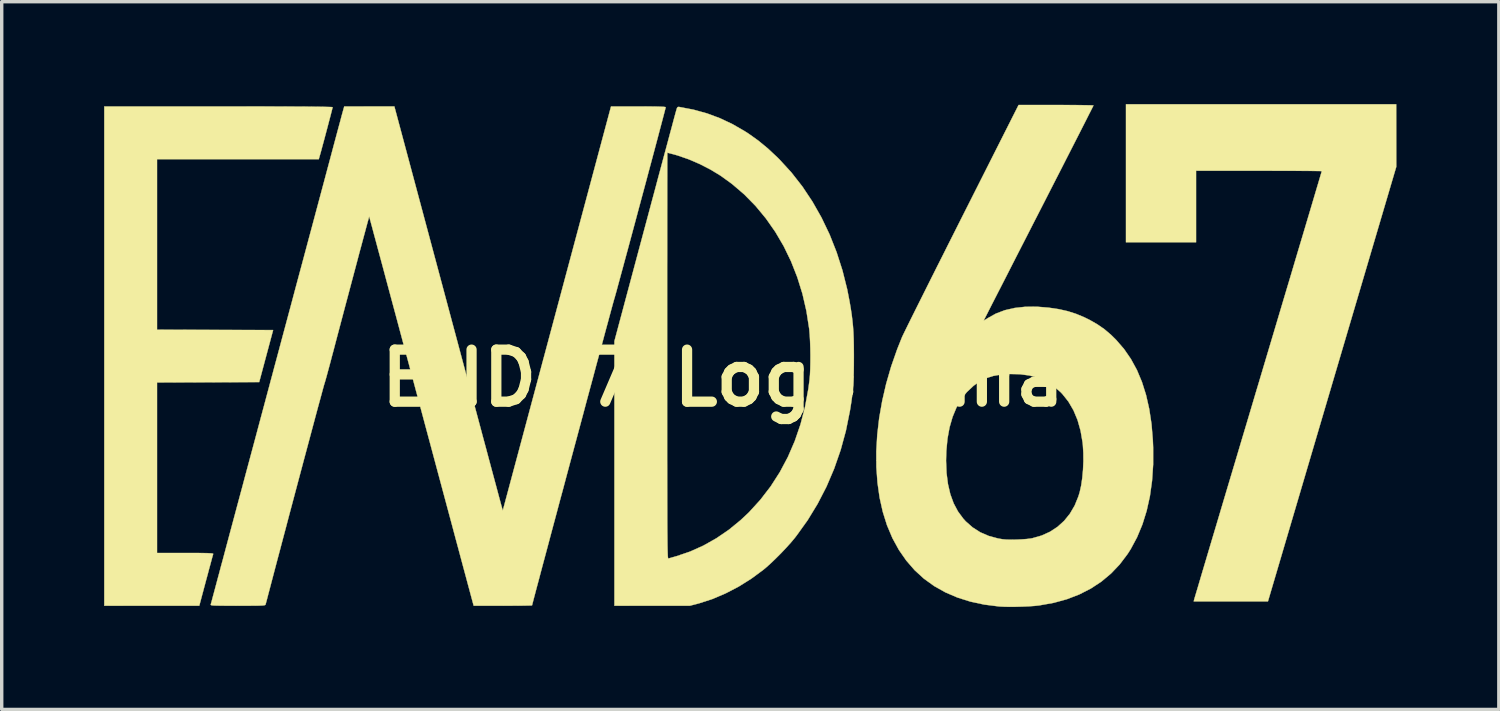
<source format=kicad_pcb>
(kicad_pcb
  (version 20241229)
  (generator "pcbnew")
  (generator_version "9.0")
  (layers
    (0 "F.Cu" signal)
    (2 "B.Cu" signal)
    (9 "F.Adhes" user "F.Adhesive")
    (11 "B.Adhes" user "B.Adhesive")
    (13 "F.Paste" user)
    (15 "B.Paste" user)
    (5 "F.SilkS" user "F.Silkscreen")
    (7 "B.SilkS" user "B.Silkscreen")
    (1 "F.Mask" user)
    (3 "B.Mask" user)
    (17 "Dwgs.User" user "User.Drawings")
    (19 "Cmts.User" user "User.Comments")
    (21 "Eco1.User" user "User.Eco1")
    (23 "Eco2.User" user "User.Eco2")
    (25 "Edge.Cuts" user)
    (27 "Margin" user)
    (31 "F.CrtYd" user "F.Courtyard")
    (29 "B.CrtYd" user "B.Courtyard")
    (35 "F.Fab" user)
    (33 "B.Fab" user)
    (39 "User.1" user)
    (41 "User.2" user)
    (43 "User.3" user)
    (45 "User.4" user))
  (footprint "END67 Logo Small"
    (layer "F.Cu")
    (at 18.928 8.027)
    (property "Reference" "END67 Logo Small" (at 0 0 0) (layer "F.SilkS") (effects (font (size 1.524 1.524) (thickness 0.3))))
    (attr through_hole)
    (fp_poly (pts (xy -15.097 -7.959) (xy -14.656 -7.958) (xy -14.256 -7.958) (xy -13.895 -7.957) (xy -13.573 -7.956) (xy -13.288 -7.955) (xy -13.039 -7.954) (xy -12.826 -7.952) (xy -12.647 -7.95) (xy -12.502 -7.948) (xy -12.389 -7.945) (xy -12.307 -7.943) (xy -12.257 -7.94) (xy -12.235 -7.937) (xy -12.234 -7.936) (xy -12.24 -7.911) (xy -12.254 -7.852) (xy -12.277 -7.763) (xy -12.306 -7.65) (xy -12.341 -7.519) (xy -12.378 -7.376) (xy -12.418 -7.226) (xy -12.458 -7.075) (xy -12.497 -6.929) (xy -12.534 -6.794) (xy -12.566 -6.674) (xy -12.593 -6.577) (xy -12.608 -6.525) (xy -12.64 -6.413) (xy -17.378 -6.413) (xy -17.378 -1.418) (xy -13.977 -1.408) (xy -14.181 -0.646) (xy -14.385 0.116) (xy -15.882 0.122) (xy -17.378 0.127) (xy -17.378 5.122) (xy -16.55 5.122) (xy -16.333 5.123) (xy -16.156 5.123) (xy -16.014 5.125) (xy -15.905 5.127) (xy -15.825 5.131) (xy -15.772 5.135) (xy -15.742 5.14) (xy -15.732 5.147) (xy -15.732 5.149) (xy -15.739 5.175) (xy -15.757 5.237) (xy -15.782 5.33) (xy -15.814 5.45) (xy -15.853 5.592) (xy -15.895 5.752) (xy -15.941 5.921) (xy -16.14 6.667) (xy -17.531 6.667) (xy -18.923 6.668) (xy -18.923 -7.959) (xy -15.579 -7.959) (xy -15.097 -7.959)) (stroke (width 0.01) (type solid)) (fill yes) (layer "F.SilkS"))
    (fp_poly (pts (xy 18.924 -7.107) (xy 18.925 -6.191) (xy 17.045 0.174) (xy 15.166 6.54) (xy 14.079 6.54) (xy 12.992 6.54) (xy 13.006 6.482) (xy 13.013 6.458) (xy 13.032 6.394) (xy 13.062 6.293) (xy 13.103 6.156) (xy 13.154 5.984) (xy 13.214 5.78) (xy 13.284 5.545) (xy 13.363 5.28) (xy 13.45 4.987) (xy 13.545 4.668) (xy 13.648 4.324) (xy 13.757 3.957) (xy 13.873 3.567) (xy 13.995 3.158) (xy 14.123 2.73) (xy 14.256 2.285) (xy 14.393 1.824) (xy 14.535 1.35) (xy 14.68 0.863) (xy 14.828 0.365) (xy 14.882 0.186) (xy 15.031 -0.314) (xy 15.177 -0.804) (xy 15.32 -1.282) (xy 15.458 -1.746) (xy 15.592 -2.196) (xy 15.721 -2.628) (xy 15.845 -3.042) (xy 15.962 -3.437) (xy 16.073 -3.81) (xy 16.178 -4.16) (xy 16.275 -4.486) (xy 16.364 -4.785) (xy 16.445 -5.057) (xy 16.517 -5.3) (xy 16.58 -5.513) (xy 16.634 -5.693) (xy 16.677 -5.839) (xy 16.71 -5.95) (xy 16.732 -6.024) (xy 16.742 -6.06) (xy 16.743 -6.063) (xy 16.722 -6.065) (xy 16.662 -6.067) (xy 16.566 -6.068) (xy 16.437 -6.07) (xy 16.277 -6.071) (xy 16.09 -6.072) (xy 15.879 -6.073) (xy 15.647 -6.074) (xy 15.397 -6.074) (xy 15.133 -6.075) (xy 14.901 -6.075) (xy 13.06 -6.075) (xy 13.06 -3.979) (xy 11.007 -3.979) (xy 11.007 -8.022) (xy 18.923 -8.022) (xy 18.924 -7.107)) (stroke (width 0.01) (type solid)) (fill yes) (layer "F.SilkS"))
    (fp_poly (pts (xy -2.079 -7.944) (xy -1.658 -7.863) (xy -1.264 -7.754) (xy -0.888 -7.614) (xy -0.521 -7.441) (xy -0.156 -7.23) (xy -0.044 -7.158) (xy 0.236 -6.958) (xy 0.517 -6.727) (xy 0.803 -6.459) (xy 0.857 -6.405) (xy 1.206 -6.024) (xy 1.529 -5.611) (xy 1.823 -5.169) (xy 2.089 -4.7) (xy 2.325 -4.207) (xy 2.529 -3.691) (xy 2.701 -3.156) (xy 2.84 -2.603) (xy 2.909 -2.248) (xy 2.944 -2.043) (xy 2.972 -1.859) (xy 2.993 -1.686) (xy 3.01 -1.517) (xy 3.022 -1.343) (xy 3.03 -1.155) (xy 3.034 -0.945) (xy 3.036 -0.704) (xy 3.036 -0.614) (xy 3.035 -0.368) (xy 3.032 -0.156) (xy 3.026 0.032) (xy 3.017 0.202) (xy 3.003 0.365) (xy 2.985 0.528) (xy 2.961 0.701) (xy 2.931 0.891) (xy 2.919 0.963) (xy 2.802 1.543) (xy 2.648 2.107) (xy 2.458 2.653) (xy 2.234 3.178) (xy 1.975 3.68) (xy 1.683 4.159) (xy 1.359 4.611) (xy 1.299 4.688) (xy 1.186 4.823) (xy 1.052 4.971) (xy 0.905 5.127) (xy 0.752 5.28) (xy 0.603 5.423) (xy 0.466 5.546) (xy 0.381 5.617) (xy 0.028 5.877) (xy -0.341 6.108) (xy -0.722 6.306) (xy -1.107 6.47) (xy -1.492 6.595) (xy -1.533 6.606) (xy -1.767 6.667) (xy -2.873 6.667) (xy -3.979 6.668) (xy -3.979 -0.655) (xy -2.434 -0.655) (xy -2.434 -0.06) (xy -2.434 0.493) (xy -2.434 1.008) (xy -2.434 1.484) (xy -2.434 1.923) (xy -2.434 2.328) (xy -2.433 2.699) (xy -2.433 3.038) (xy -2.432 3.346) (xy -2.432 3.624) (xy -2.431 3.875) (xy -2.431 4.1) (xy -2.43 4.299) (xy -2.429 4.475) (xy -2.427 4.629) (xy -2.426 4.763) (xy -2.425 4.877) (xy -2.423 4.973) (xy -2.421 5.054) (xy -2.419 5.119) (xy -2.417 5.171) (xy -2.415 5.211) (xy -2.412 5.241) (xy -2.409 5.262) (xy -2.406 5.275) (xy -2.403 5.282) (xy -2.399 5.284) (xy -2.397 5.284) (xy -2.362 5.274) (xy -2.296 5.255) (xy -2.212 5.231) (xy -2.159 5.216) (xy -1.761 5.081) (xy -1.37 4.905) (xy -0.991 4.691) (xy -0.626 4.442) (xy -0.279 4.158) (xy -0.039 3.932) (xy 0.295 3.566) (xy 0.597 3.174) (xy 0.866 2.755) (xy 1.102 2.312) (xy 1.304 1.845) (xy 1.472 1.355) (xy 1.605 0.843) (xy 1.703 0.309) (xy 1.738 0.042) (xy 1.75 -0.097) (xy 1.758 -0.269) (xy 1.762 -0.463) (xy 1.763 -0.669) (xy 1.76 -0.878) (xy 1.753 -1.079) (xy 1.743 -1.262) (xy 1.73 -1.418) (xy 1.726 -1.45) (xy 1.645 -1.969) (xy 1.529 -2.472) (xy 1.378 -2.957) (xy 1.195 -3.422) (xy 0.98 -3.866) (xy 0.734 -4.285) (xy 0.458 -4.679) (xy 0.154 -5.046) (xy -0.178 -5.384) (xy -0.536 -5.69) (xy -0.866 -5.929) (xy -1.163 -6.109) (xy -1.48 -6.272) (xy -1.806 -6.412) (xy -2.127 -6.523) (xy -2.228 -6.552) (xy -2.313 -6.574) (xy -2.38 -6.592) (xy -2.421 -6.602) (xy -2.429 -6.604) (xy -2.429 -6.583) (xy -2.43 -6.522) (xy -2.43 -6.421) (xy -2.431 -6.283) (xy -2.431 -6.11) (xy -2.431 -5.903) (xy -2.432 -5.663) (xy -2.432 -5.394) (xy -2.432 -5.095) (xy -2.433 -4.769) (xy -2.433 -4.418) (xy -2.433 -4.043) (xy -2.433 -3.646) (xy -2.434 -3.228) (xy -2.434 -2.792) (xy -2.434 -2.339) (xy -2.434 -1.871) (xy -2.434 -1.389) (xy -2.434 -0.895) (xy -2.434 -0.655) (xy -3.979 -0.655) (xy -3.979 -1.084) (xy -3.089 -4.41) (xy -2.99 -4.778) (xy -2.895 -5.135) (xy -2.802 -5.48) (xy -2.714 -5.811) (xy -2.63 -6.124) (xy -2.551 -6.419) (xy -2.477 -6.693) (xy -2.41 -6.943) (xy -2.35 -7.167) (xy -2.297 -7.363) (xy -2.253 -7.529) (xy -2.217 -7.663) (xy -2.19 -7.762) (xy -2.173 -7.823) (xy -2.167 -7.844) (xy -2.148 -7.907) (xy -2.129 -7.938) (xy -2.104 -7.946) (xy -2.079 -7.944)) (stroke (width 0.01) (type solid)) (fill yes) (layer "F.SilkS"))
    (fp_poly (pts (xy 9.169 -8.001) (xy 9.366 -8) (xy 9.547 -7.999) (xy 9.706 -7.997) (xy 9.84 -7.995) (xy 9.945 -7.993) (xy 10.017 -7.991) (xy 10.051 -7.988) (xy 10.054 -7.987) (xy 10.045 -7.967) (xy 10.017 -7.911) (xy 9.972 -7.822) (xy 9.91 -7.701) (xy 9.834 -7.549) (xy 9.743 -7.371) (xy 9.639 -7.166) (xy 9.522 -6.937) (xy 9.394 -6.686) (xy 9.256 -6.416) (xy 9.109 -6.127) (xy 8.953 -5.823) (xy 8.79 -5.504) (xy 8.621 -5.173) (xy 8.451 -4.841) (xy 8.276 -4.5) (xy 8.107 -4.169) (xy 7.944 -3.851) (xy 7.788 -3.546) (xy 7.641 -3.258) (xy 7.503 -2.987) (xy 7.375 -2.737) (xy 7.258 -2.509) (xy 7.153 -2.304) (xy 7.062 -2.126) (xy 6.985 -1.975) (xy 6.924 -1.854) (xy 6.878 -1.765) (xy 6.85 -1.71) (xy 6.841 -1.691) (xy 6.853 -1.693) (xy 6.893 -1.715) (xy 6.951 -1.752) (xy 6.963 -1.76) (xy 7.196 -1.89) (xy 7.457 -1.989) (xy 7.745 -2.055) (xy 8.059 -2.09) (xy 8.398 -2.092) (xy 8.742 -2.064) (xy 9.033 -2.021) (xy 9.296 -1.962) (xy 9.542 -1.884) (xy 9.784 -1.783) (xy 9.943 -1.705) (xy 10.171 -1.574) (xy 10.375 -1.433) (xy 10.567 -1.27) (xy 10.717 -1.122) (xy 10.949 -0.854) (xy 11.152 -0.56) (xy 11.328 -0.238) (xy 11.475 0.113) (xy 11.595 0.493) (xy 11.688 0.903) (xy 11.755 1.345) (xy 11.794 1.818) (xy 11.803 2.032) (xy 11.803 2.53) (xy 11.771 3.006) (xy 11.708 3.458) (xy 11.613 3.886) (xy 11.488 4.287) (xy 11.332 4.662) (xy 11.146 5.008) (xy 11.052 5.155) (xy 10.825 5.455) (xy 10.57 5.723) (xy 10.287 5.96) (xy 9.977 6.164) (xy 9.64 6.336) (xy 9.277 6.476) (xy 8.887 6.583) (xy 8.471 6.657) (xy 8.467 6.658) (xy 8.327 6.673) (xy 8.158 6.685) (xy 7.971 6.693) (xy 7.78 6.698) (xy 7.595 6.7) (xy 7.429 6.696) (xy 7.293 6.689) (xy 7.292 6.689) (xy 6.857 6.634) (xy 6.45 6.547) (xy 6.069 6.427) (xy 5.715 6.275) (xy 5.388 6.091) (xy 5.088 5.875) (xy 4.816 5.626) (xy 4.572 5.345) (xy 4.355 5.033) (xy 4.166 4.688) (xy 4.16 4.674) (xy 4.006 4.309) (xy 3.883 3.917) (xy 3.79 3.501) (xy 3.728 3.064) (xy 3.695 2.61) (xy 3.694 2.418) (xy 5.736 2.418) (xy 5.75 2.776) (xy 5.792 3.104) (xy 5.861 3.4) (xy 5.959 3.668) (xy 6.086 3.907) (xy 6.242 4.118) (xy 6.314 4.197) (xy 6.514 4.373) (xy 6.738 4.516) (xy 6.986 4.623) (xy 7.258 4.697) (xy 7.392 4.72) (xy 7.501 4.73) (xy 7.638 4.733) (xy 7.792 4.731) (xy 7.948 4.724) (xy 8.095 4.713) (xy 8.219 4.698) (xy 8.266 4.689) (xy 8.535 4.612) (xy 8.781 4.501) (xy 9.002 4.356) (xy 9.197 4.179) (xy 9.365 3.971) (xy 9.504 3.733) (xy 9.613 3.466) (xy 9.651 3.342) (xy 9.694 3.149) (xy 9.727 2.925) (xy 9.749 2.683) (xy 9.76 2.434) (xy 9.758 2.189) (xy 9.744 1.959) (xy 9.736 1.883) (xy 9.677 1.54) (xy 9.588 1.226) (xy 9.469 0.942) (xy 9.321 0.688) (xy 9.142 0.463) (xy 9.092 0.411) (xy 8.892 0.237) (xy 8.675 0.098) (xy 8.439 -0.007) (xy 8.181 -0.077) (xy 7.898 -0.115) (xy 7.59 -0.121) (xy 7.578 -0.121) (xy 7.334 -0.103) (xy 7.121 -0.065) (xy 6.93 -0.005) (xy 6.753 0.08) (xy 6.582 0.194) (xy 6.535 0.23) (xy 6.345 0.408) (xy 6.18 0.619) (xy 6.041 0.862) (xy 5.927 1.137) (xy 5.839 1.441) (xy 5.778 1.774) (xy 5.744 2.135) (xy 5.736 2.418) (xy 3.694 2.418) (xy 3.693 2.14) (xy 3.721 1.658) (xy 3.778 1.166) (xy 3.866 0.667) (xy 3.982 0.164) (xy 4.128 -0.341) (xy 4.304 -0.844) (xy 4.445 -1.197) (xy 4.464 -1.238) (xy 4.501 -1.315) (xy 4.555 -1.426) (xy 4.625 -1.568) (xy 4.71 -1.74) (xy 4.809 -1.939) (xy 4.921 -2.163) (xy 5.045 -2.411) (xy 5.179 -2.679) (xy 5.323 -2.967) (xy 5.476 -3.272) (xy 5.637 -3.591) (xy 5.804 -3.924) (xy 5.977 -4.267) (xy 6.154 -4.619) (xy 6.197 -4.704) (xy 7.861 -8.001) (xy 8.958 -8.001) (xy 9.169 -8.001)) (stroke (width 0.01) (type solid)) (fill yes) (layer "F.SilkS"))
    (fp_poly (pts (xy -3.051 -7.958) (xy -2.866 -7.957) (xy -2.719 -7.955) (xy -2.609 -7.951) (xy -2.533 -7.947) (xy -2.49 -7.942) (xy -2.477 -7.935) (xy -2.482 -7.911) (xy -2.498 -7.849) (xy -2.523 -7.752) (xy -2.557 -7.623) (xy -2.599 -7.464) (xy -2.648 -7.279) (xy -2.703 -7.07) (xy -2.764 -6.84) (xy -2.83 -6.593) (xy -2.9 -6.331) (xy -2.974 -6.056) (xy -3.049 -5.773) (xy -3.127 -5.483) (xy -3.206 -5.19) (xy -3.285 -4.896) (xy -3.363 -4.604) (xy -3.44 -4.318) (xy -3.515 -4.04) (xy -3.587 -3.772) (xy -3.656 -3.519) (xy -3.72 -3.282) (xy -3.779 -3.065) (xy -3.832 -2.87) (xy -3.878 -2.701) (xy -3.916 -2.559) (xy -3.947 -2.449) (xy -3.968 -2.373) (xy -3.98 -2.334) (xy -3.982 -2.329) (xy -3.988 -2.307) (xy -4.005 -2.246) (xy -4.032 -2.149) (xy -4.068 -2.017) (xy -4.112 -1.854) (xy -4.164 -1.661) (xy -4.224 -1.441) (xy -4.29 -1.195) (xy -4.362 -0.927) (xy -4.44 -0.639) (xy -4.523 -0.332) (xy -4.609 -0.009) (xy -4.7 0.327) (xy -4.794 0.675) (xy -4.889 1.033) (xy -4.987 1.397) (xy -5.086 1.766) (xy -5.186 2.137) (xy -5.286 2.509) (xy -5.385 2.878) (xy -5.482 3.243) (xy -5.579 3.601) (xy -5.672 3.951) (xy -5.763 4.289) (xy -5.85 4.614) (xy -5.932 4.923) (xy -6.01 5.215) (xy -6.083 5.486) (xy -6.149 5.735) (xy -6.208 5.958) (xy -6.261 6.155) (xy -6.305 6.323) (xy -6.341 6.459) (xy -6.368 6.562) (xy -6.385 6.628) (xy -6.392 6.656) (xy -6.392 6.657) (xy -6.413 6.659) (xy -6.471 6.661) (xy -6.563 6.663) (xy -6.683 6.665) (xy -6.829 6.666) (xy -6.994 6.667) (xy -7.175 6.667) (xy -7.247 6.668) (xy -8.101 6.668) (xy -8.135 6.546) (xy -8.143 6.515) (xy -8.162 6.445) (xy -8.191 6.338) (xy -8.229 6.195) (xy -8.277 6.018) (xy -8.333 5.808) (xy -8.398 5.568) (xy -8.47 5.299) (xy -8.549 5.003) (xy -8.636 4.681) (xy -8.728 4.335) (xy -8.827 3.967) (xy -8.931 3.579) (xy -9.04 3.172) (xy -9.154 2.748) (xy -9.272 2.308) (xy -9.393 1.856) (xy -9.518 1.391) (xy -9.645 0.916) (xy -9.663 0.847) (xy -9.791 0.372) (xy -9.915 -0.092) (xy -10.036 -0.544) (xy -10.154 -0.982) (xy -10.267 -1.404) (xy -10.375 -1.808) (xy -10.479 -2.194) (xy -10.577 -2.559) (xy -10.669 -2.901) (xy -10.754 -3.22) (xy -10.833 -3.513) (xy -10.905 -3.778) (xy -10.968 -4.015) (xy -11.024 -4.221) (xy -11.07 -4.395) (xy -11.108 -4.535) (xy -11.136 -4.639) (xy -11.155 -4.706) (xy -11.162 -4.734) (xy -11.163 -4.735) (xy -11.169 -4.716) (xy -11.184 -4.658) (xy -11.21 -4.566) (xy -11.243 -4.442) (xy -11.284 -4.289) (xy -11.332 -4.111) (xy -11.386 -3.909) (xy -11.446 -3.688) (xy -11.509 -3.449) (xy -11.576 -3.197) (xy -11.646 -2.934) (xy -11.718 -2.664) (xy -11.791 -2.388) (xy -11.865 -2.111) (xy -11.938 -1.835) (xy -12.01 -1.563) (xy -12.08 -1.299) (xy -12.147 -1.045) (xy -12.21 -0.804) (xy -12.247 -0.667) (xy -12.293 -0.491) (xy -12.337 -0.327) (xy -12.377 -0.18) (xy -12.411 -0.054) (xy -12.439 0.045) (xy -12.459 0.114) (xy -12.469 0.147) (xy -12.47 0.148) (xy -12.477 0.172) (xy -12.495 0.234) (xy -12.522 0.332) (xy -12.557 0.463) (xy -12.601 0.625) (xy -12.653 0.815) (xy -12.711 1.03) (xy -12.775 1.269) (xy -12.844 1.527) (xy -12.918 1.804) (xy -12.996 2.096) (xy -13.078 2.401) (xy -13.162 2.717) (xy -13.248 3.039) (xy -13.335 3.367) (xy -13.423 3.698) (xy -13.511 4.028) (xy -13.597 4.356) (xy -13.683 4.679) (xy -13.766 4.994) (xy -13.847 5.298) (xy -13.924 5.59) (xy -13.993 5.853) (xy -14.038 6.024) (xy -14.08 6.184) (xy -14.118 6.326) (xy -14.149 6.447) (xy -14.174 6.541) (xy -14.191 6.604) (xy -14.198 6.63) (xy -14.203 6.64) (xy -14.215 6.648) (xy -14.237 6.654) (xy -14.275 6.659) (xy -14.331 6.662) (xy -14.411 6.665) (xy -14.517 6.666) (xy -14.654 6.667) (xy -14.825 6.667) (xy -15.011 6.668) (xy -15.217 6.667) (xy -15.384 6.667) (xy -15.517 6.666) (xy -15.619 6.664) (xy -15.694 6.662) (xy -15.746 6.659) (xy -15.779 6.654) (xy -15.797 6.648) (xy -15.804 6.64) (xy -15.804 6.631) (xy -15.804 6.63) (xy -15.796 6.602) (xy -15.778 6.538) (xy -15.753 6.442) (xy -15.72 6.32) (xy -15.681 6.175) (xy -15.638 6.014) (xy -15.592 5.841) (xy -15.589 5.831) (xy -15.552 5.694) (xy -15.506 5.519) (xy -15.45 5.314) (xy -15.388 5.081) (xy -15.32 4.826) (xy -15.247 4.552) (xy -15.17 4.266) (xy -15.091 3.971) (xy -15.011 3.672) (xy -14.931 3.374) (xy -14.88 3.186) (xy -14.796 2.869) (xy -14.706 2.535) (xy -14.613 2.188) (xy -14.518 1.835) (xy -14.424 1.483) (xy -14.332 1.138) (xy -14.243 0.807) (xy -14.16 0.496) (xy -14.084 0.212) (xy -14.017 -0.039) (xy -14.004 -0.085) (xy -13.942 -0.32) (xy -13.869 -0.59) (xy -13.789 -0.889) (xy -13.703 -1.211) (xy -13.612 -1.55) (xy -13.518 -1.9) (xy -13.423 -2.254) (xy -13.329 -2.608) (xy -13.236 -2.955) (xy -13.146 -3.289) (xy -13.094 -3.482) (xy -13.01 -3.796) (xy -12.923 -4.122) (xy -12.834 -4.452) (xy -12.746 -4.782) (xy -12.659 -5.107) (xy -12.575 -5.421) (xy -12.495 -5.719) (xy -12.421 -5.997) (xy -12.354 -6.248) (xy -12.295 -6.468) (xy -12.256 -6.615) (xy -12.199 -6.829) (xy -12.144 -7.034) (xy -12.093 -7.225) (xy -12.046 -7.399) (xy -12.005 -7.55) (xy -11.972 -7.676) (xy -11.946 -7.771) (xy -11.929 -7.831) (xy -11.925 -7.848) (xy -11.893 -7.959) (xy -11.159 -7.958) (xy -10.425 -7.958) (xy -8.87 -2.154) (xy -8.74 -1.668) (xy -8.612 -1.192) (xy -8.488 -0.728) (xy -8.367 -0.277) (xy -8.25 0.159) (xy -8.138 0.579) (xy -8.03 0.979) (xy -7.928 1.36) (xy -7.832 1.72) (xy -7.741 2.056) (xy -7.658 2.367) (xy -7.582 2.651) (xy -7.513 2.907) (xy -7.452 3.133) (xy -7.4 3.327) (xy -7.357 3.488) (xy -7.323 3.614) (xy -7.299 3.703) (xy -7.285 3.754) (xy -7.282 3.765) (xy -7.249 3.879) (xy -5.663 -2.04) (xy -4.078 -7.959) (xy -3.277 -7.959) (xy -3.051 -7.958)) (stroke (width 0.01) (type solid)) (fill yes) (layer "F.SilkS")))
  (gr_rect
    (start -3 -3)
    (end 40.858 17.732)
    (stroke (width 0.1) (type default))
    (fill no)
    (layer "Edge.Cuts")))
</source>
